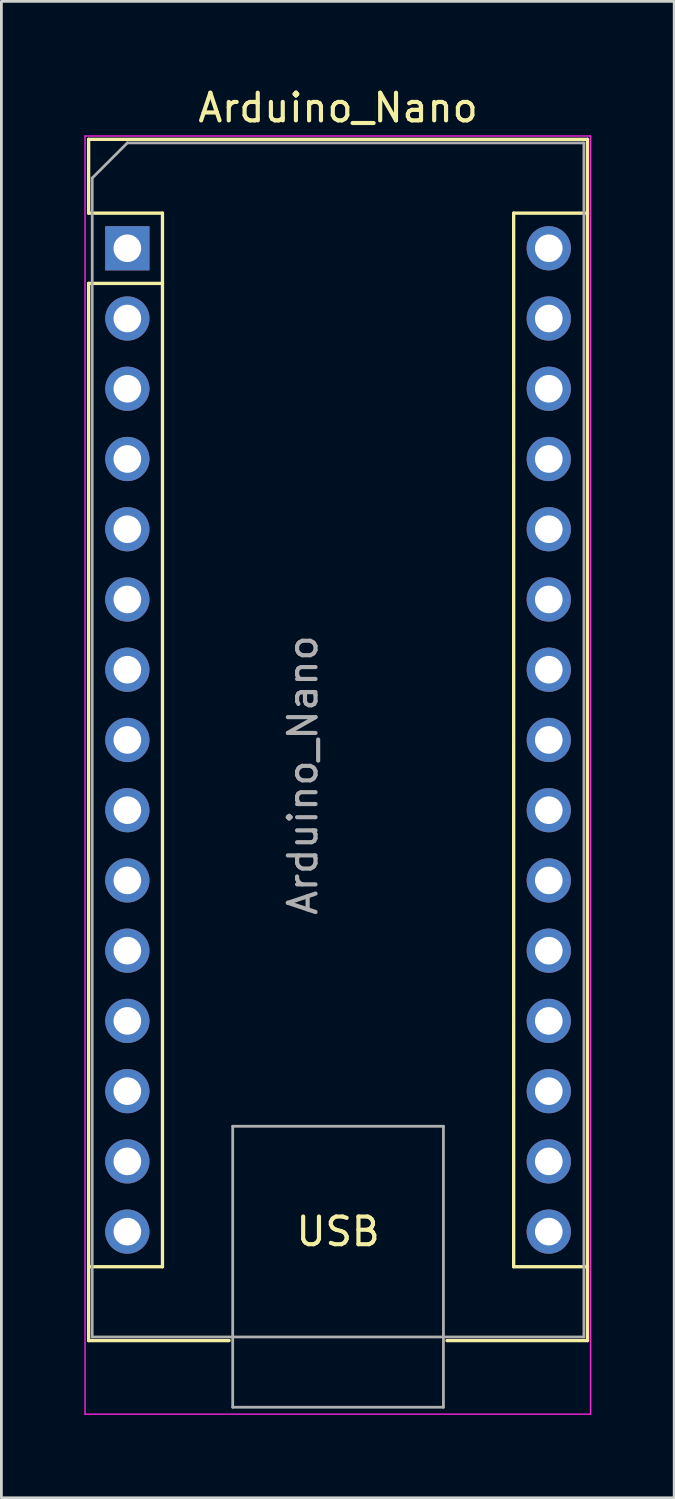
<source format=kicad_pcb>
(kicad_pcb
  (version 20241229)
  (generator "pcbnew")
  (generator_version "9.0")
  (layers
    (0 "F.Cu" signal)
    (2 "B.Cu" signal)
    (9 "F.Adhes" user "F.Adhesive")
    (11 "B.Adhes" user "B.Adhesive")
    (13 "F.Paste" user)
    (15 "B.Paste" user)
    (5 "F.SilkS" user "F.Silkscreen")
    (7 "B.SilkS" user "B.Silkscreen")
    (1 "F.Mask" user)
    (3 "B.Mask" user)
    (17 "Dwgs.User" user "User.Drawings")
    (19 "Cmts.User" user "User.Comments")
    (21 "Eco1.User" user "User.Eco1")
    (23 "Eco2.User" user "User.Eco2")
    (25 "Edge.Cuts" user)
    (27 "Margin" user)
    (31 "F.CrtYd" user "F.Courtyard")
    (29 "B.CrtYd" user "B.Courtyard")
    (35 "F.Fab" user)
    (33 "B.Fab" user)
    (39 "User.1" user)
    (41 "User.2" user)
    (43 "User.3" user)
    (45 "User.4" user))
  (footprint "Arduino_Nano"
    (layer "F.Cu")
    (at 1.555 5.928)
    (property "Reference" "Arduino_Nano" (at 7.62 -5.08 0) (layer "F.SilkS") (effects (font (size 1 1) (thickness 0.15))))
    (attr through_hole)
    (fp_line (start -1.4 -3.94) (end -1.4 -1.27) (stroke (width 0.12) (type solid)) (layer "F.SilkS"))
    (fp_line (start -1.4 1.27) (end -1.4 39.5) (stroke (width 0.12) (type solid)) (layer "F.SilkS"))
    (fp_line (start -1.4 39.5) (end 3.68 39.5) (stroke (width 0.12) (type solid)) (layer "F.SilkS"))
    (fp_line (start 1.27 -1.27) (end -1.4 -1.27) (stroke (width 0.12) (type solid)) (layer "F.SilkS"))
    (fp_line (start 1.27 1.27) (end -1.4 1.27) (stroke (width 0.12) (type solid)) (layer "F.SilkS"))
    (fp_line (start 1.27 1.27) (end 1.27 -1.27) (stroke (width 0.12) (type solid)) (layer "F.SilkS"))
    (fp_line (start 1.27 1.27) (end 1.27 36.83) (stroke (width 0.12) (type solid)) (layer "F.SilkS"))
    (fp_line (start 1.27 36.83) (end -1.4 36.83) (stroke (width 0.12) (type solid)) (layer "F.SilkS"))
    (fp_line (start 13.97 -1.27) (end 13.97 36.83) (stroke (width 0.12) (type solid)) (layer "F.SilkS"))
    (fp_line (start 13.97 -1.27) (end 16.64 -1.27) (stroke (width 0.12) (type solid)) (layer "F.SilkS"))
    (fp_line (start 13.97 36.83) (end 16.64 36.83) (stroke (width 0.12) (type solid)) (layer "F.SilkS"))
    (fp_line (start 16.64 -3.94) (end -1.4 -3.94) (stroke (width 0.12) (type solid)) (layer "F.SilkS"))
    (fp_line (start 16.64 39.5) (end 11.56 39.5) (stroke (width 0.12) (type solid)) (layer "F.SilkS"))
    (fp_line (start 16.64 39.5) (end 16.64 -3.94) (stroke (width 0.12) (type solid)) (layer "F.SilkS"))
    (fp_line (start -1.53 -4.06) (end -1.53 42.16) (stroke (width 0.05) (type solid)) (layer "F.CrtYd"))
    (fp_line (start -1.53 -4.06) (end 16.75 -4.06) (stroke (width 0.05) (type solid)) (layer "F.CrtYd"))
    (fp_line (start 16.75 42.16) (end -1.53 42.16) (stroke (width 0.05) (type solid)) (layer "F.CrtYd"))
    (fp_line (start 16.75 42.16) (end 16.75 -4.06) (stroke (width 0.05) (type solid)) (layer "F.CrtYd"))
    (fp_line (start -1.27 -2.54) (end 0 -3.81) (stroke (width 0.1) (type solid)) (layer "F.Fab"))
    (fp_line (start -1.27 39.37) (end -1.27 -2.54) (stroke (width 0.1) (type solid)) (layer "F.Fab"))
    (fp_line (start 0 -3.81) (end 16.51 -3.81) (stroke (width 0.1) (type solid)) (layer "F.Fab"))
    (fp_line (start 3.81 31.75) (end 11.43 31.75) (stroke (width 0.1) (type solid)) (layer "F.Fab"))
    (fp_line (start 3.81 41.91) (end 3.81 31.75) (stroke (width 0.1) (type solid)) (layer "F.Fab"))
    (fp_line (start 11.43 31.75) (end 11.43 41.91) (stroke (width 0.1) (type solid)) (layer "F.Fab"))
    (fp_line (start 11.43 41.91) (end 3.81 41.91) (stroke (width 0.1) (type solid)) (layer "F.Fab"))
    (fp_line (start 16.51 -3.81) (end 16.51 39.37) (stroke (width 0.1) (type solid)) (layer "F.Fab"))
    (fp_line (start 16.51 39.37) (end -1.27 39.37) (stroke (width 0.1) (type solid)) (layer "F.Fab"))
    (fp_text user "USB" (at 7.62 35.56 0) (unlocked yes) (layer "F.SilkS") (effects (font (size 1 1) (thickness 0.15))))
    (fp_text user "${REFERENCE}" (at 6.35 19.05 90) (layer "F.Fab") (effects (font (size 1 1) (thickness 0.15))))
    (pad "1" thru_hole rect (at 0 0) (size 1.6 1.6) (drill 1) (layers "*.Cu" "*.Mask"))
    (pad "2" thru_hole oval (at 0 2.54) (size 1.6 1.6) (drill 1) (layers "*.Cu" "*.Mask"))
    (pad "3" thru_hole oval (at 0 5.08) (size 1.6 1.6) (drill 1) (layers "*.Cu" "*.Mask"))
    (pad "4" thru_hole oval (at 0 7.62) (size 1.6 1.6) (drill 1) (layers "*.Cu" "*.Mask"))
    (pad "5" thru_hole oval (at 0 10.16) (size 1.6 1.6) (drill 1) (layers "*.Cu" "*.Mask"))
    (pad "6" thru_hole oval (at 0 12.7) (size 1.6 1.6) (drill 1) (layers "*.Cu" "*.Mask"))
    (pad "7" thru_hole oval (at 0 15.24) (size 1.6 1.6) (drill 1) (layers "*.Cu" "*.Mask"))
    (pad "8" thru_hole oval (at 0 17.78) (size 1.6 1.6) (drill 1) (layers "*.Cu" "*.Mask"))
    (pad "9" thru_hole oval (at 0 20.32) (size 1.6 1.6) (drill 1) (layers "*.Cu" "*.Mask"))
    (pad "10" thru_hole oval (at 0 22.86) (size 1.6 1.6) (drill 1) (layers "*.Cu" "*.Mask"))
    (pad "11" thru_hole oval (at 0 25.4) (size 1.6 1.6) (drill 1) (layers "*.Cu" "*.Mask"))
    (pad "12" thru_hole oval (at 0 27.94) (size 1.6 1.6) (drill 1) (layers "*.Cu" "*.Mask"))
    (pad "13" thru_hole oval (at 0 30.48) (size 1.6 1.6) (drill 1) (layers "*.Cu" "*.Mask"))
    (pad "14" thru_hole oval (at 0 33.02) (size 1.6 1.6) (drill 1) (layers "*.Cu" "*.Mask"))
    (pad "15" thru_hole oval (at 0 35.56) (size 1.6 1.6) (drill 1) (layers "*.Cu" "*.Mask"))
    (pad "16" thru_hole oval (at 15.24 35.56) (size 1.6 1.6) (drill 1) (layers "*.Cu" "*.Mask"))
    (pad "17" thru_hole oval (at 15.24 33.02) (size 1.6 1.6) (drill 1) (layers "*.Cu" "*.Mask"))
    (pad "18" thru_hole oval (at 15.24 30.48) (size 1.6 1.6) (drill 1) (layers "*.Cu" "*.Mask"))
    (pad "19" thru_hole oval (at 15.24 27.94) (size 1.6 1.6) (drill 1) (layers "*.Cu" "*.Mask"))
    (pad "20" thru_hole oval (at 15.24 25.4) (size 1.6 1.6) (drill 1) (layers "*.Cu" "*.Mask"))
    (pad "21" thru_hole oval (at 15.24 22.86) (size 1.6 1.6) (drill 1) (layers "*.Cu" "*.Mask"))
    (pad "22" thru_hole oval (at 15.24 20.32) (size 1.6 1.6) (drill 1) (layers "*.Cu" "*.Mask"))
    (pad "23" thru_hole oval (at 15.24 17.78) (size 1.6 1.6) (drill 1) (layers "*.Cu" "*.Mask"))
    (pad "24" thru_hole oval (at 15.24 15.24) (size 1.6 1.6) (drill 1) (layers "*.Cu" "*.Mask"))
    (pad "25" thru_hole oval (at 15.24 12.7) (size 1.6 1.6) (drill 1) (layers "*.Cu" "*.Mask"))
    (pad "26" thru_hole oval (at 15.24 10.16) (size 1.6 1.6) (drill 1) (layers "*.Cu" "*.Mask"))
    (pad "27" thru_hole oval (at 15.24 7.62) (size 1.6 1.6) (drill 1) (layers "*.Cu" "*.Mask"))
    (pad "28" thru_hole oval (at 15.24 5.08) (size 1.6 1.6) (drill 1) (layers "*.Cu" "*.Mask"))
    (pad "29" thru_hole oval (at 15.24 2.54) (size 1.6 1.6) (drill 1) (layers "*.Cu" "*.Mask"))
    (pad "30" thru_hole oval (at 15.24 0) (size 1.6 1.6) (drill 1) (layers "*.Cu" "*.Mask")))
  (gr_rect
    (start -3 -3)
    (end 21.33 51.113)
    (stroke (width 0.1) (type default))
    (fill no)
    (layer "Edge.Cuts")))
</source>
